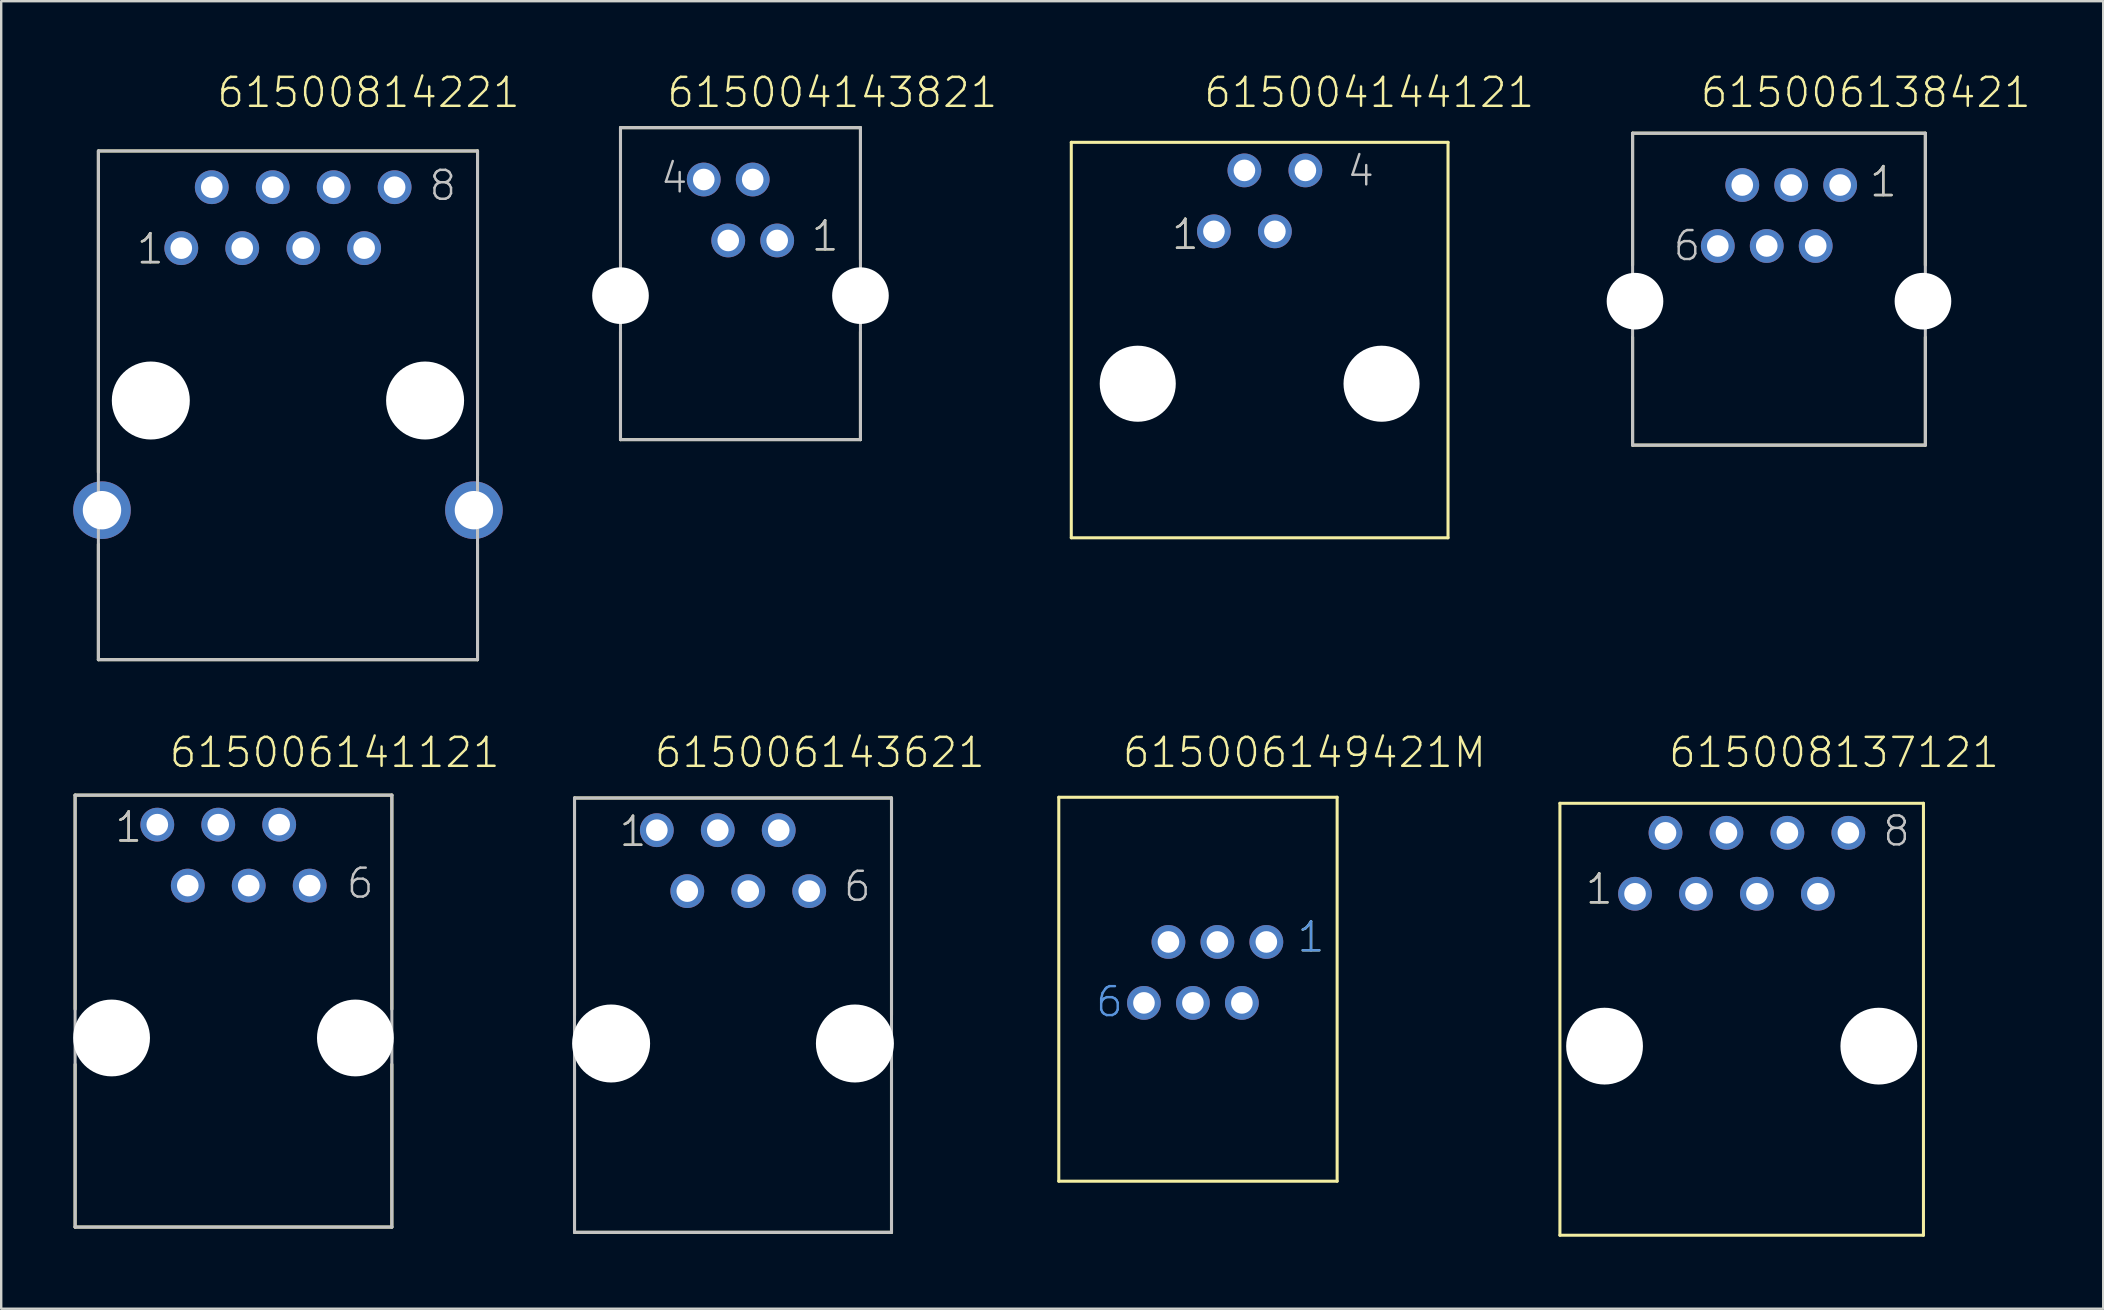
<source format=kicad_pcb>
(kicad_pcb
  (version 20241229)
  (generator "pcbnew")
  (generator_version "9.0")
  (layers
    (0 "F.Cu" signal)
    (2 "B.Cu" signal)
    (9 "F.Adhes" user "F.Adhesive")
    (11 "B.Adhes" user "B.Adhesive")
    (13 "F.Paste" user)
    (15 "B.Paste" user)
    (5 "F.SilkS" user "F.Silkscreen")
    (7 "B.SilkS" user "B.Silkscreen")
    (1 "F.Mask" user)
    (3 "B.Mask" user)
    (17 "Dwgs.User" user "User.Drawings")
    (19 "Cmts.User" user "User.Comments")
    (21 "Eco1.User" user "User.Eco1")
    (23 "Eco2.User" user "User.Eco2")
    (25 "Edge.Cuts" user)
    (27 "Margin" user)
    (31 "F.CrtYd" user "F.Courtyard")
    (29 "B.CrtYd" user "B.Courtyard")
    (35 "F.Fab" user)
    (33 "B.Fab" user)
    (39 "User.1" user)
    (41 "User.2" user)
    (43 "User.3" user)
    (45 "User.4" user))
  (footprint "615006149421M"
    (layer "F.Cu")
    (at 45.643 36.204)
    (property "Reference" "615006149421M" (at -1.98 -7.188 0) (layer "F.SilkS") (effects (font (size 1.206 1.206) (thickness 0.102)) (justify left bottom)))
    (attr through_hole)
    (fp_line (start -4.57 -6.03) (end 7.03 -6.03) (stroke (width 0.127) (type solid)) (layer "F.SilkS"))
    (fp_line (start -4.57 9.97) (end -4.57 -6.03) (stroke (width 0.127) (type solid)) (layer "F.SilkS"))
    (fp_line (start 7.03 -6.03) (end 7.03 9.97) (stroke (width 0.127) (type solid)) (layer "F.SilkS"))
    (fp_line (start 7.03 9.97) (end -4.57 9.97) (stroke (width 0.127) (type solid)) (layer "F.SilkS"))
    (fp_text user "1" (at 5.3 0.5 0) (layer "F.SilkS") (effects (font (size 1.206 1.206) (thickness 0.102)) (justify left bottom)))
    (fp_text user "1" (at 5.3 0.5 0) (layer "Cmts.User") (effects (font (size 1.206 1.206) (thickness 0.102)) (justify left bottom)))
    (fp_text user "6" (at -3.1 3.2 0) (layer "Cmts.User") (effects (font (size 1.206 1.206) (thickness 0.102)) (justify left bottom)))
    (pad "1" thru_hole circle (at 4.08 0) (size 1.408 1.408) (drill 0.9) (layers "*.Cu" "*.Mask"))
    (pad "2" thru_hole circle (at 3.06 2.54) (size 1.408 1.408) (drill 0.9) (layers "*.Cu" "*.Mask"))
    (pad "3" thru_hole circle (at 2.04 0) (size 1.408 1.408) (drill 0.9) (layers "*.Cu" "*.Mask"))
    (pad "4" thru_hole circle (at 1.02 2.54) (size 1.408 1.408) (drill 0.9) (layers "*.Cu" "*.Mask"))
    (pad "5" thru_hole circle (at 0 0) (size 1.408 1.408) (drill 0.9) (layers "*.Cu" "*.Mask"))
    (pad "6" thru_hole circle (at -1.02 2.54) (size 1.408 1.408) (drill 0.9) (layers "*.Cu" "*.Mask")))
  (footprint "615004144121"
    (layer "F.Cu")
    (at 49.444 5.321)
    (property "Reference" "615004144121" (at -2.39 -3.81 0) (layer "F.SilkS") (effects (font (size 1.206 1.206) (thickness 0.102)) (justify left bottom)))
    (attr through_hole)
    (fp_line (start -7.85 -2.44) (end 7.85 -2.44) (stroke (width 0.127) (type solid)) (layer "F.SilkS"))
    (fp_line (start -7.85 14.04) (end -7.85 -2.44) (stroke (width 0.127) (type solid)) (layer "F.SilkS"))
    (fp_line (start 7.85 -2.44) (end 7.85 14.04) (stroke (width 0.127) (type solid)) (layer "F.SilkS"))
    (fp_line (start 7.85 14.04) (end -7.85 14.04) (stroke (width 0.127) (type solid)) (layer "F.SilkS"))
    (fp_text user "1" (at -3.74 2.105 0) (layer "F.SilkS") (effects (font (size 1.206 1.206) (thickness 0.102)) (justify left bottom)))
    (fp_text user "1" (at -3.74 2.105 0) (layer "Dwgs.User") (effects (font (size 1.206 1.206) (thickness 0.102)) (justify left bottom)))
    (fp_text user "4" (at 3.57 -0.535 0) (layer "Dwgs.User") (effects (font (size 1.206 1.206) (thickness 0.102)) (justify left bottom)))
    (pad "" np_thru_hole circle (at -5.08 7.62) (size 3.17 3.17) (drill 3.17) (layers "*.Cu"))
    (pad "" np_thru_hole circle (at 5.08 7.62) (size 3.17 3.17) (drill 3.17) (layers "*.Cu"))
    (pad "1" thru_hole circle (at -1.905 1.27) (size 1.408 1.408) (drill 0.9) (layers "*.Cu" "*.Mask"))
    (pad "2" thru_hole circle (at -0.635 -1.27) (size 1.408 1.408) (drill 0.9) (layers "*.Cu" "*.Mask"))
    (pad "3" thru_hole circle (at 0.635 1.27) (size 1.408 1.408) (drill 0.9) (layers "*.Cu" "*.Mask"))
    (pad "4" thru_hole circle (at 1.905 -1.27) (size 1.408 1.408) (drill 0.9) (layers "*.Cu" "*.Mask")))
  (footprint "615008137121"
    (layer "F.Cu")
    (at 69.532 40.546)
    (property "Reference" "615008137121" (at -3.11 -11.53 0) (layer "F.SilkS") (effects (font (size 1.206 1.206) (thickness 0.102)) (justify left bottom)))
    (attr through_hole)
    (fp_line (start -7.575 -10.12) (end 7.575 -10.12) (stroke (width 0.127) (type solid)) (layer "F.SilkS"))
    (fp_line (start -7.575 7.88) (end -7.575 -10.12) (stroke (width 0.127) (type solid)) (layer "F.SilkS"))
    (fp_line (start 7.575 -10.12) (end 7.575 7.88) (stroke (width 0.127) (type solid)) (layer "F.SilkS"))
    (fp_line (start 7.575 7.88) (end -7.575 7.88) (stroke (width 0.127) (type solid)) (layer "F.SilkS"))
    (fp_text user "1" (at -6.58 -5.84 0) (layer "F.SilkS") (effects (font (size 1.206 1.206) (thickness 0.102)) (justify left bottom)))
    (fp_text user "1" (at -6.58 -5.84 0) (layer "Dwgs.User") (effects (font (size 1.206 1.206) (thickness 0.102)) (justify left bottom)))
    (fp_text user "8" (at 5.81 -8.255 0) (layer "Dwgs.User") (effects (font (size 1.206 1.206) (thickness 0.102)) (justify left bottom)))
    (pad "" np_thru_hole circle (at -5.715 0) (size 3.2 3.2) (drill 3.2) (layers "*.Cu"))
    (pad "" np_thru_hole circle (at 5.715 0) (size 3.2 3.2) (drill 3.2) (layers "*.Cu"))
    (pad "1" thru_hole circle (at -4.445 -6.35) (size 1.408 1.408) (drill 0.9) (layers "*.Cu" "*.Mask"))
    (pad "2" thru_hole circle (at -3.175 -8.89) (size 1.408 1.408) (drill 0.9) (layers "*.Cu" "*.Mask"))
    (pad "3" thru_hole circle (at -1.905 -6.35) (size 1.408 1.408) (drill 0.9) (layers "*.Cu" "*.Mask"))
    (pad "4" thru_hole circle (at -0.635 -8.89) (size 1.408 1.408) (drill 0.9) (layers "*.Cu" "*.Mask"))
    (pad "5" thru_hole circle (at 0.635 -6.35) (size 1.408 1.408) (drill 0.9) (layers "*.Cu" "*.Mask"))
    (pad "6" thru_hole circle (at 1.905 -8.89) (size 1.408 1.408) (drill 0.9) (layers "*.Cu" "*.Mask"))
    (pad "7" thru_hole circle (at 3.175 -6.35) (size 1.408 1.408) (drill 0.9) (layers "*.Cu" "*.Mask"))
    (pad "8" thru_hole circle (at 4.445 -8.89) (size 1.408 1.408) (drill 0.9) (layers "*.Cu" "*.Mask")))
  (footprint "615006138421"
    (layer "F.Cu")
    (at 71.086 9.501)
    (property "Reference" "615006138421" (at -3.34 -7.99 0) (layer "F.SilkS") (effects (font (size 1.206 1.206) (thickness 0.102)) (justify left bottom)))
    (attr through_hole)
    (fp_line (start -6.1 -7) (end 6.1 -7) (stroke (width 0.127) (type solid)) (layer "F.SilkS"))
    (fp_line (start -6.1 -1.5) (end -6.1 -7) (stroke (width 0.127) (type solid)) (layer "F.SilkS"))
    (fp_line (start -6.1 1.5) (end -6.1 6) (stroke (width 0.127) (type solid)) (layer "F.SilkS"))
    (fp_line (start 6.1 -1.5) (end 6.1 -7) (stroke (width 0.127) (type solid)) (layer "F.SilkS"))
    (fp_line (start 6.1 1.5) (end 6.1 6) (stroke (width 0.127) (type solid)) (layer "F.SilkS"))
    (fp_line (start 6.1 6) (end -6.1 6) (stroke (width 0.127) (type solid)) (layer "F.SilkS"))
    (fp_line (start -6.1 -7) (end 6.1 -7) (stroke (width 0.127) (type solid)) (layer "Dwgs.User"))
    (fp_line (start -6.1 6) (end -6.1 -7) (stroke (width 0.127) (type solid)) (layer "Dwgs.User"))
    (fp_line (start 6.1 -7) (end 6.1 6) (stroke (width 0.127) (type solid)) (layer "Dwgs.User"))
    (fp_line (start 6.1 6) (end -6.1 6) (stroke (width 0.127) (type solid)) (layer "Dwgs.User"))
    (fp_text user "1" (at 3.705 -4.27 0) (layer "F.SilkS") (effects (font (size 1.206 1.206) (thickness 0.102)) (justify left bottom)))
    (fp_text user "6" (at -4.475 -1.605 0) (layer "Dwgs.User") (effects (font (size 1.206 1.206) (thickness 0.102)) (justify left bottom)))
    (fp_text user "1" (at 3.705 -4.27 0) (layer "Dwgs.User") (effects (font (size 1.206 1.206) (thickness 0.102)) (justify left bottom)))
    (pad "" np_thru_hole circle (at -6 0) (size 2.36 2.36) (drill 2.36) (layers "*.Cu"))
    (pad "" np_thru_hole circle (at 6 0) (size 2.36 2.36) (drill 2.36) (layers "*.Cu"))
    (pad "1" thru_hole circle (at 2.55 -4.84) (size 1.408 1.408) (drill 0.9) (layers "*.Cu" "*.Mask"))
    (pad "2" thru_hole circle (at 1.53 -2.3) (size 1.408 1.408) (drill 0.9) (layers "*.Cu" "*.Mask"))
    (pad "3" thru_hole circle (at 0.51 -4.84) (size 1.408 1.408) (drill 0.9) (layers "*.Cu" "*.Mask"))
    (pad "4" thru_hole circle (at -0.51 -2.3) (size 1.408 1.408) (drill 0.9) (layers "*.Cu" "*.Mask"))
    (pad "5" thru_hole circle (at -1.53 -4.84) (size 1.408 1.408) (drill 0.9) (layers "*.Cu" "*.Mask"))
    (pad "6" thru_hole circle (at -2.55 -2.3) (size 1.408 1.408) (drill 0.9) (layers "*.Cu" "*.Mask")))
  (footprint "615006143621"
    (layer "F.Cu")
    (at 27.497 40.436)
    (property "Reference" "615006143621" (at -3.34 -11.42 0) (layer "F.SilkS") (effects (font (size 1.206 1.206) (thickness 0.102)) (justify left bottom)))
    (attr through_hole)
    (fp_line (start -6.605 -10.23) (end 6.605 -10.23) (stroke (width 0.127) (type solid)) (layer "F.SilkS"))
    (fp_line (start -6.605 -1.17) (end -6.605 -10.23) (stroke (width 0.127) (type solid)) (layer "F.SilkS"))
    (fp_line (start -6.605 1.07) (end -6.605 7.87) (stroke (width 0.127) (type solid)) (layer "F.SilkS"))
    (fp_line (start 6.605 -1.18) (end 6.605 -10.23) (stroke (width 0.127) (type solid)) (layer "F.SilkS"))
    (fp_line (start 6.605 1.05) (end 6.605 7.87) (stroke (width 0.127) (type solid)) (layer "F.SilkS"))
    (fp_line (start 6.605 7.87) (end -6.605 7.87) (stroke (width 0.127) (type solid)) (layer "F.SilkS"))
    (fp_line (start -6.605 -10.23) (end 6.605 -10.23) (stroke (width 0.127) (type solid)) (layer "Dwgs.User"))
    (fp_line (start -6.605 7.87) (end -6.605 -10.23) (stroke (width 0.127) (type solid)) (layer "Dwgs.User"))
    (fp_line (start 6.605 -10.23) (end 6.605 7.87) (stroke (width 0.127) (type solid)) (layer "Dwgs.User"))
    (fp_line (start 6.605 7.87) (end -6.605 7.87) (stroke (width 0.127) (type solid)) (layer "Dwgs.User"))
    (fp_text user "1" (at -4.81 -8.13 0) (layer "F.SilkS") (effects (font (size 1.206 1.206) (thickness 0.102)) (justify left bottom)))
    (fp_text user "6" (at 4.54 -5.84 0) (layer "Dwgs.User") (effects (font (size 1.206 1.206) (thickness 0.102)) (justify left bottom)))
    (fp_text user "1" (at -4.81 -8.13 0) (layer "Dwgs.User") (effects (font (size 1.206 1.206) (thickness 0.102)) (justify left bottom)))
    (pad "" np_thru_hole circle (at -5.08 0) (size 3.25 3.25) (drill 3.25) (layers "*.Cu"))
    (pad "" np_thru_hole circle (at 5.08 0) (size 3.25 3.25) (drill 3.25) (layers "*.Cu"))
    (pad "1" thru_hole circle (at -3.175 -8.89) (size 1.408 1.408) (drill 0.9) (layers "*.Cu" "*.Mask"))
    (pad "2" thru_hole circle (at -1.905 -6.35) (size 1.408 1.408) (drill 0.9) (layers "*.Cu" "*.Mask"))
    (pad "3" thru_hole circle (at -0.635 -8.89) (size 1.408 1.408) (drill 0.9) (layers "*.Cu" "*.Mask"))
    (pad "4" thru_hole circle (at 0.635 -6.35) (size 1.408 1.408) (drill 0.9) (layers "*.Cu" "*.Mask"))
    (pad "5" thru_hole circle (at 1.905 -8.89) (size 1.408 1.408) (drill 0.9) (layers "*.Cu" "*.Mask"))
    (pad "6" thru_hole circle (at 3.175 -6.35) (size 1.408 1.408) (drill 0.9) (layers "*.Cu" "*.Mask")))
  (footprint "61500814221"
    (layer "F.Cu")
    (at 8.95 6.021)
    (property "Reference" "61500814221" (at -3.025 -4.51 0) (layer "F.SilkS") (effects (font (size 1.206 1.206) (thickness 0.102)) (justify left bottom)))
    (attr through_hole)
    (fp_line (start -7.9 10.61) (end -7.9 -2.78) (stroke (width 0.127) (type solid)) (layer "F.SilkS"))
    (fp_line (start -7.9 13.61) (end -7.9 18.42) (stroke (width 0.127) (type solid)) (layer "F.SilkS"))
    (fp_line (start -7.9 18.42) (end 7.9 18.42) (stroke (width 0.127) (type solid)) (layer "F.SilkS"))
    (fp_line (start -7.87 -2.78) (end 7.9 -2.78) (stroke (width 0.127) (type solid)) (layer "F.SilkS"))
    (fp_line (start 7.9 -2.78) (end 7.9 10.76) (stroke (width 0.127) (type solid)) (layer "F.SilkS"))
    (fp_line (start 7.9 18.42) (end 7.9 13.61) (stroke (width 0.127) (type solid)) (layer "F.SilkS"))
    (fp_line (start -7.9 -2.78) (end 7.9 -2.78) (stroke (width 0.127) (type solid)) (layer "Dwgs.User"))
    (fp_line (start -7.9 18.42) (end -7.9 -2.78) (stroke (width 0.127) (type solid)) (layer "Dwgs.User"))
    (fp_line (start 7.9 -2.78) (end 7.9 18.42) (stroke (width 0.127) (type solid)) (layer "Dwgs.User"))
    (fp_line (start 7.9 18.42) (end -7.9 18.42) (stroke (width 0.127) (type solid)) (layer "Dwgs.User"))
    (fp_text user "1" (at -6.38 2.005 0) (layer "F.SilkS") (effects (font (size 1.206 1.206) (thickness 0.102)) (justify left bottom)))
    (fp_text user "8" (at 5.81 -0.635 0) (layer "Dwgs.User") (effects (font (size 1.206 1.206) (thickness 0.102)) (justify left bottom)))
    (fp_text user "1" (at -6.38 2.005 0) (layer "Dwgs.User") (effects (font (size 1.206 1.206) (thickness 0.102)) (justify left bottom)))
    (pad "" np_thru_hole circle (at -5.715 7.62) (size 3.25 3.25) (drill 3.25) (layers "*.Cu"))
    (pad "" np_thru_hole circle (at 5.715 7.62) (size 3.25 3.25) (drill 3.25) (layers "*.Cu"))
    (pad "1" thru_hole circle (at -4.445 1.27) (size 1.408 1.408) (drill 0.9) (layers "*.Cu" "*.Mask"))
    (pad "2" thru_hole circle (at -3.175 -1.27) (size 1.408 1.408) (drill 0.9) (layers "*.Cu" "*.Mask"))
    (pad "3" thru_hole circle (at -1.905 1.27) (size 1.408 1.408) (drill 0.9) (layers "*.Cu" "*.Mask"))
    (pad "4" thru_hole circle (at -0.635 -1.27) (size 1.408 1.408) (drill 0.9) (layers "*.Cu" "*.Mask"))
    (pad "5" thru_hole circle (at 0.635 1.27) (size 1.408 1.408) (drill 0.9) (layers "*.Cu" "*.Mask"))
    (pad "6" thru_hole circle (at 1.905 -1.27) (size 1.408 1.408) (drill 0.9) (layers "*.Cu" "*.Mask"))
    (pad "7" thru_hole circle (at 3.175 1.27) (size 1.408 1.408) (drill 0.9) (layers "*.Cu" "*.Mask"))
    (pad "8" thru_hole circle (at 4.445 -1.27) (size 1.408 1.408) (drill 0.9) (layers "*.Cu" "*.Mask"))
    (pad "SHEL" thru_hole circle (at -7.75 12.19) (size 2.4 2.4) (drill 1.6) (layers "*.Cu" "*.Mask"))
    (pad "SHEL" thru_hole circle (at 7.75 12.19) (size 2.4 2.4) (drill 1.6) (layers "*.Cu" "*.Mask")))
  (footprint "615006141121"
    (layer "F.Cu")
    (at 6.68 40.206)
    (property "Reference" "615006141121" (at -2.74 -11.19 0) (layer "F.SilkS") (effects (font (size 1.206 1.206) (thickness 0.102)) (justify left bottom)))
    (attr through_hole)
    (fp_line (start -6.6 -10.12) (end 6.6 -10.12) (stroke (width 0.127) (type solid)) (layer "F.SilkS"))
    (fp_line (start -6.6 -1.2) (end -6.6 -10.12) (stroke (width 0.127) (type solid)) (layer "F.SilkS"))
    (fp_line (start -6.6 7.88) (end -6.6 1.1) (stroke (width 0.127) (type solid)) (layer "F.SilkS"))
    (fp_line (start 6.6 -1.2) (end 6.6 -10.12) (stroke (width 0.127) (type solid)) (layer "F.SilkS"))
    (fp_line (start 6.6 7.88) (end -6.6 7.88) (stroke (width 0.127) (type solid)) (layer "F.SilkS"))
    (fp_line (start 6.6 7.88) (end 6.6 1.1) (stroke (width 0.127) (type solid)) (layer "F.SilkS"))
    (fp_line (start -6.6 -10.12) (end 6.6 -10.12) (stroke (width 0.127) (type solid)) (layer "Dwgs.User"))
    (fp_line (start -6.6 7.88) (end -6.6 -10.12) (stroke (width 0.127) (type solid)) (layer "Dwgs.User"))
    (fp_line (start 6.6 -10.12) (end 6.6 7.88) (stroke (width 0.127) (type solid)) (layer "Dwgs.User"))
    (fp_line (start 6.6 7.88) (end -6.6 7.88) (stroke (width 0.127) (type solid)) (layer "Dwgs.User"))
    (fp_text user "1" (at -5.01 -8.08 0) (layer "F.SilkS") (effects (font (size 1.206 1.206) (thickness 0.102)) (justify left bottom)))
    (fp_text user "6" (at 4.64 -5.74 0) (layer "Dwgs.User") (effects (font (size 1.206 1.206) (thickness 0.102)) (justify left bottom)))
    (fp_text user "1" (at -5.01 -8.08 0) (layer "Dwgs.User") (effects (font (size 1.206 1.206) (thickness 0.102)) (justify left bottom)))
    (pad "" np_thru_hole circle (at -5.08 0) (size 3.2 3.2) (drill 3.2) (layers "*.Cu"))
    (pad "" np_thru_hole circle (at 5.08 0) (size 3.2 3.2) (drill 3.2) (layers "*.Cu"))
    (pad "1" thru_hole circle (at -3.175 -8.89) (size 1.408 1.408) (drill 0.9) (layers "*.Cu" "*.Mask"))
    (pad "2" thru_hole circle (at -1.905 -6.35) (size 1.408 1.408) (drill 0.9) (layers "*.Cu" "*.Mask"))
    (pad "3" thru_hole circle (at -0.635 -8.89) (size 1.408 1.408) (drill 0.9) (layers "*.Cu" "*.Mask"))
    (pad "4" thru_hole circle (at 0.635 -6.35) (size 1.408 1.408) (drill 0.9) (layers "*.Cu" "*.Mask"))
    (pad "5" thru_hole circle (at 1.905 -8.89) (size 1.408 1.408) (drill 0.9) (layers "*.Cu" "*.Mask"))
    (pad "6" thru_hole circle (at 3.175 -6.35) (size 1.408 1.408) (drill 0.9) (layers "*.Cu" "*.Mask")))
  (footprint "615004143821"
    (layer "F.Cu")
    (at 27.808 9.271)
    (property "Reference" "615004143821" (at -3.13 -7.76 0) (layer "F.SilkS") (effects (font (size 1.206 1.206) (thickness 0.102)) (justify left bottom)))
    (attr through_hole)
    (fp_line (start -5 -7) (end 5 -7) (stroke (width 0.127) (type solid)) (layer "F.SilkS"))
    (fp_line (start -5 -1.5) (end -5 -7) (stroke (width 0.127) (type solid)) (layer "F.SilkS"))
    (fp_line (start -5 1.5) (end -5 6) (stroke (width 0.127) (type solid)) (layer "F.SilkS"))
    (fp_line (start 5 -1.5) (end 5 -7) (stroke (width 0.127) (type solid)) (layer "F.SilkS"))
    (fp_line (start 5 1.5) (end 5 6) (stroke (width 0.127) (type solid)) (layer "F.SilkS"))
    (fp_line (start 5 6) (end -5 6) (stroke (width 0.127) (type solid)) (layer "F.SilkS"))
    (fp_line (start -5 -7) (end 5 -7) (stroke (width 0.127) (type solid)) (layer "Dwgs.User"))
    (fp_line (start -5 6) (end -5 -7) (stroke (width 0.127) (type solid)) (layer "Dwgs.User"))
    (fp_line (start 5 -7) (end 5 6) (stroke (width 0.127) (type solid)) (layer "Dwgs.User"))
    (fp_line (start 5 6) (end -5 6) (stroke (width 0.127) (type solid)) (layer "Dwgs.User"))
    (fp_text user "1" (at 2.885 -1.78 0) (layer "F.SilkS") (effects (font (size 1.206 1.206) (thickness 0.102)) (justify left bottom)))
    (fp_text user "1" (at 2.885 -1.78 0) (layer "Dwgs.User") (effects (font (size 1.206 1.206) (thickness 0.102)) (justify left bottom)))
    (fp_text user "4" (at -3.405 -4.195 0) (layer "Dwgs.User") (effects (font (size 1.206 1.206) (thickness 0.102)) (justify left bottom)))
    (pad "" np_thru_hole circle (at -5 0) (size 2.36 2.36) (drill 2.36) (layers "*.Cu"))
    (pad "" np_thru_hole circle (at 5 0) (size 2.36 2.36) (drill 2.36) (layers "*.Cu"))
    (pad "1" thru_hole circle (at 1.53 -2.3) (size 1.408 1.408) (drill 0.9) (layers "*.Cu" "*.Mask"))
    (pad "2" thru_hole circle (at 0.51 -4.84) (size 1.408 1.408) (drill 0.9) (layers "*.Cu" "*.Mask"))
    (pad "3" thru_hole circle (at -0.51 -2.3) (size 1.408 1.408) (drill 0.9) (layers "*.Cu" "*.Mask"))
    (pad "4" thru_hole circle (at -1.53 -4.84) (size 1.408 1.408) (drill 0.9) (layers "*.Cu" "*.Mask")))
  (gr_rect
    (start -3 -3)
    (end 84.598 51.49)
    (stroke (width 0.1) (type default))
    (fill no)
    (layer "Edge.Cuts")))
</source>
